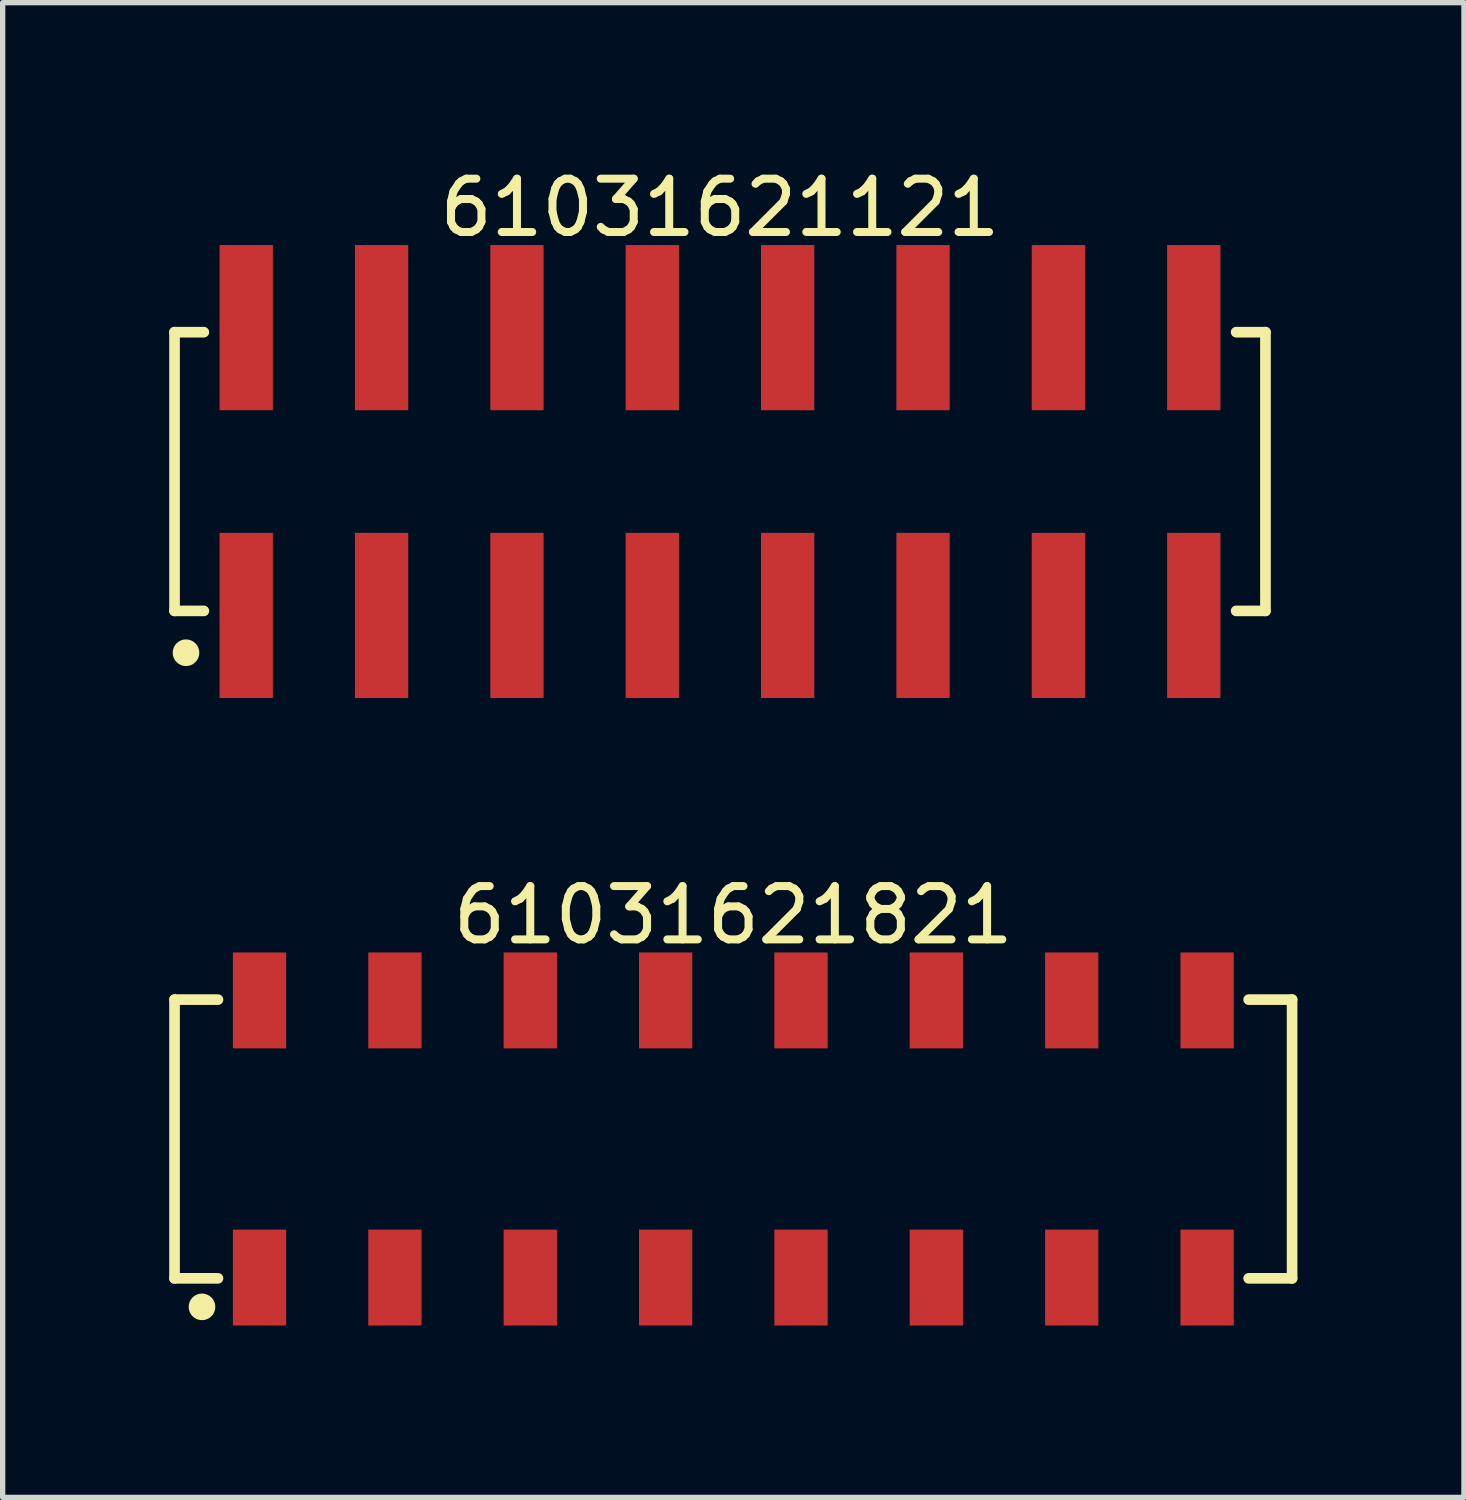
<source format=kicad_pcb>
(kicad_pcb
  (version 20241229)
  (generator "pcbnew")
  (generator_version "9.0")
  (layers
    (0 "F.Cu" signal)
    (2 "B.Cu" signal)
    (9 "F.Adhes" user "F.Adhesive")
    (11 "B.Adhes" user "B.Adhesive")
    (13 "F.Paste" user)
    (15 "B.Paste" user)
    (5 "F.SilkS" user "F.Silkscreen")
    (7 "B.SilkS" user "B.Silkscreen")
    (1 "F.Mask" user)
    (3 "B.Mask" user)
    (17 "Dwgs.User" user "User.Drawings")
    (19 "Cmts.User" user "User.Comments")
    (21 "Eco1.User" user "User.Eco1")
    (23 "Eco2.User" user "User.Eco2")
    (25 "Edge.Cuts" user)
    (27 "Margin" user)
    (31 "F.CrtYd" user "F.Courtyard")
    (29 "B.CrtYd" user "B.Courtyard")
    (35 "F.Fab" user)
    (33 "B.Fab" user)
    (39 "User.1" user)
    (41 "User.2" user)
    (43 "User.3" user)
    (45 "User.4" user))
  (footprint "61031621121"
    (layer "F.Cu")
    (at 10.46 5.798)
    (property "Reference" "61031621121" (at 0 -4.95 0) (layer "F.SilkS") (effects (font (size 1 1) (thickness 0.15))))
    (fp_line (start -10.235 -2.615) (end -9.685 -2.615) (stroke (width 0.2) (type solid)) (layer "F.SilkS"))
    (fp_line (start -10.235 2.615) (end -10.235 -2.615) (stroke (width 0.2) (type solid)) (layer "F.SilkS"))
    (fp_line (start -10.235 2.615) (end -9.685 2.615) (stroke (width 0.2) (type solid)) (layer "F.SilkS"))
    (fp_line (start 9.685 -2.615) (end 10.235 -2.615) (stroke (width 0.2) (type solid)) (layer "F.SilkS"))
    (fp_line (start 9.685 2.615) (end 10.235 2.615) (stroke (width 0.2) (type solid)) (layer "F.SilkS"))
    (fp_line (start 10.235 2.615) (end 10.235 -2.615) (stroke (width 0.2) (type solid)) (layer "F.SilkS"))
    (fp_circle (center -10.02 3.4) (end -10.02 3.275) (stroke (width 0.25) (type solid)) (fill no) (layer "F.SilkS"))
    (fp_line (start -10.435 -4.45) (end 10.435 -4.45) (stroke (width 0.05) (type solid)) (layer "Eco2.User"))
    (fp_line (start -10.435 4.45) (end -10.435 -4.45) (stroke (width 0.05) (type solid)) (layer "Eco2.User"))
    (fp_line (start -10.435 4.45) (end 10.435 4.45) (stroke (width 0.05) (type solid)) (layer "Eco2.User"))
    (fp_line (start -10.16 -2.54) (end 10.16 -2.54) (stroke (width 0.1) (type solid)) (layer "Eco2.User"))
    (fp_line (start -10.16 2.54) (end -10.16 -2.54) (stroke (width 0.1) (type solid)) (layer "Eco2.User"))
    (fp_line (start -10.16 2.54) (end 10.16 2.54) (stroke (width 0.1) (type solid)) (layer "Eco2.User"))
    (fp_line (start -9.21 -3.75) (end -8.57 -3.75) (stroke (width 0.1) (type solid)) (layer "Eco2.User"))
    (fp_line (start -9.21 -2.54) (end -9.21 -3.75) (stroke (width 0.1) (type solid)) (layer "Eco2.User"))
    (fp_line (start -9.21 3.75) (end -9.21 2.54) (stroke (width 0.1) (type solid)) (layer "Eco2.User"))
    (fp_line (start -9.21 3.75) (end -8.57 3.75) (stroke (width 0.1) (type solid)) (layer "Eco2.User"))
    (fp_line (start -8.57 -2.54) (end -8.57 -3.75) (stroke (width 0.1) (type solid)) (layer "Eco2.User"))
    (fp_line (start -8.57 3.75) (end -8.57 2.54) (stroke (width 0.1) (type solid)) (layer "Eco2.User"))
    (fp_line (start -6.67 -3.75) (end -6.03 -3.75) (stroke (width 0.1) (type solid)) (layer "Eco2.User"))
    (fp_line (start -6.67 -2.54) (end -6.67 -3.75) (stroke (width 0.1) (type solid)) (layer "Eco2.User"))
    (fp_line (start -6.67 3.75) (end -6.67 2.54) (stroke (width 0.1) (type solid)) (layer "Eco2.User"))
    (fp_line (start -6.67 3.75) (end -6.03 3.75) (stroke (width 0.1) (type solid)) (layer "Eco2.User"))
    (fp_line (start -6.03 -2.54) (end -6.03 -3.75) (stroke (width 0.1) (type solid)) (layer "Eco2.User"))
    (fp_line (start -6.03 3.75) (end -6.03 2.54) (stroke (width 0.1) (type solid)) (layer "Eco2.User"))
    (fp_line (start -4.13 -3.75) (end -3.49 -3.75) (stroke (width 0.1) (type solid)) (layer "Eco2.User"))
    (fp_line (start -4.13 -2.54) (end -4.13 -3.75) (stroke (width 0.1) (type solid)) (layer "Eco2.User"))
    (fp_line (start -4.13 3.75) (end -4.13 2.54) (stroke (width 0.1) (type solid)) (layer "Eco2.User"))
    (fp_line (start -4.13 3.75) (end -3.49 3.75) (stroke (width 0.1) (type solid)) (layer "Eco2.User"))
    (fp_line (start -3.49 -2.54) (end -3.49 -3.75) (stroke (width 0.1) (type solid)) (layer "Eco2.User"))
    (fp_line (start -3.49 3.75) (end -3.49 2.54) (stroke (width 0.1) (type solid)) (layer "Eco2.User"))
    (fp_line (start -1.59 -3.75) (end -0.95 -3.75) (stroke (width 0.1) (type solid)) (layer "Eco2.User"))
    (fp_line (start -1.59 -2.54) (end -1.59 -3.75) (stroke (width 0.1) (type solid)) (layer "Eco2.User"))
    (fp_line (start -1.59 3.75) (end -1.59 2.54) (stroke (width 0.1) (type solid)) (layer "Eco2.User"))
    (fp_line (start -1.59 3.75) (end -0.95 3.75) (stroke (width 0.1) (type solid)) (layer "Eco2.User"))
    (fp_line (start -0.95 -2.54) (end -0.95 -3.75) (stroke (width 0.1) (type solid)) (layer "Eco2.User"))
    (fp_line (start -0.95 3.75) (end -0.95 2.54) (stroke (width 0.1) (type solid)) (layer "Eco2.User"))
    (fp_line (start -0.5 0) (end 0.5 0) (stroke (width 0.05) (type solid)) (layer "Eco2.User"))
    (fp_line (start 0 0.5) (end 0 -0.5) (stroke (width 0.05) (type solid)) (layer "Eco2.User"))
    (fp_line (start 0.95 -3.75) (end 1.59 -3.75) (stroke (width 0.1) (type solid)) (layer "Eco2.User"))
    (fp_line (start 0.95 -2.54) (end 0.95 -3.75) (stroke (width 0.1) (type solid)) (layer "Eco2.User"))
    (fp_line (start 0.95 3.75) (end 0.95 2.54) (stroke (width 0.1) (type solid)) (layer "Eco2.User"))
    (fp_line (start 0.95 3.75) (end 1.59 3.75) (stroke (width 0.1) (type solid)) (layer "Eco2.User"))
    (fp_line (start 1.59 -2.54) (end 1.59 -3.75) (stroke (width 0.1) (type solid)) (layer "Eco2.User"))
    (fp_line (start 1.59 3.75) (end 1.59 2.54) (stroke (width 0.1) (type solid)) (layer "Eco2.User"))
    (fp_line (start 3.49 -3.75) (end 4.13 -3.75) (stroke (width 0.1) (type solid)) (layer "Eco2.User"))
    (fp_line (start 3.49 -2.54) (end 3.49 -3.75) (stroke (width 0.1) (type solid)) (layer "Eco2.User"))
    (fp_line (start 3.49 3.75) (end 3.49 2.54) (stroke (width 0.1) (type solid)) (layer "Eco2.User"))
    (fp_line (start 3.49 3.75) (end 4.13 3.75) (stroke (width 0.1) (type solid)) (layer "Eco2.User"))
    (fp_line (start 4.13 -2.54) (end 4.13 -3.75) (stroke (width 0.1) (type solid)) (layer "Eco2.User"))
    (fp_line (start 4.13 3.75) (end 4.13 2.54) (stroke (width 0.1) (type solid)) (layer "Eco2.User"))
    (fp_line (start 6.03 -3.75) (end 6.67 -3.75) (stroke (width 0.1) (type solid)) (layer "Eco2.User"))
    (fp_line (start 6.03 -2.54) (end 6.03 -3.75) (stroke (width 0.1) (type solid)) (layer "Eco2.User"))
    (fp_line (start 6.03 3.75) (end 6.03 2.54) (stroke (width 0.1) (type solid)) (layer "Eco2.User"))
    (fp_line (start 6.03 3.75) (end 6.67 3.75) (stroke (width 0.1) (type solid)) (layer "Eco2.User"))
    (fp_line (start 6.67 -2.54) (end 6.67 -3.75) (stroke (width 0.1) (type solid)) (layer "Eco2.User"))
    (fp_line (start 6.67 3.75) (end 6.67 2.54) (stroke (width 0.1) (type solid)) (layer "Eco2.User"))
    (fp_line (start 8.57 -3.75) (end 9.21 -3.75) (stroke (width 0.1) (type solid)) (layer "Eco2.User"))
    (fp_line (start 8.57 -2.54) (end 8.57 -3.75) (stroke (width 0.1) (type solid)) (layer "Eco2.User"))
    (fp_line (start 8.57 3.75) (end 8.57 2.54) (stroke (width 0.1) (type solid)) (layer "Eco2.User"))
    (fp_line (start 8.57 3.75) (end 9.21 3.75) (stroke (width 0.1) (type solid)) (layer "Eco2.User"))
    (fp_line (start 9.21 -2.54) (end 9.21 -3.75) (stroke (width 0.1) (type solid)) (layer "Eco2.User"))
    (fp_line (start 9.21 3.75) (end 9.21 2.54) (stroke (width 0.1) (type solid)) (layer "Eco2.User"))
    (fp_line (start 10.16 2.54) (end 10.16 -2.54) (stroke (width 0.1) (type solid)) (layer "Eco2.User"))
    (fp_line (start 10.435 4.45) (end 10.435 -4.45) (stroke (width 0.05) (type solid)) (layer "Eco2.User"))
    (fp_text user "${REFERENCE}" (at 0.15 -0.197 0) (unlocked yes) (layer "User.3") (effects (font (size 1.5 1.5) (thickness 0.15))))
    (pad "1" smd rect (at -8.89 2.7) (size 1 3.1) (layers "F.Cu" "F.Mask" "F.Paste"))
    (pad "2" smd rect (at -8.89 -2.7) (size 1 3.1) (layers "F.Cu" "F.Mask" "F.Paste"))
    (pad "3" smd rect (at -6.35 2.7) (size 1 3.1) (layers "F.Cu" "F.Mask" "F.Paste"))
    (pad "4" smd rect (at -6.35 -2.7) (size 1 3.1) (layers "F.Cu" "F.Mask" "F.Paste"))
    (pad "5" smd rect (at -3.81 2.7) (size 1 3.1) (layers "F.Cu" "F.Mask" "F.Paste"))
    (pad "6" smd rect (at -3.81 -2.7) (size 1 3.1) (layers "F.Cu" "F.Mask" "F.Paste"))
    (pad "7" smd rect (at -1.27 2.7) (size 1 3.1) (layers "F.Cu" "F.Mask" "F.Paste"))
    (pad "8" smd rect (at -1.27 -2.7) (size 1 3.1) (layers "F.Cu" "F.Mask" "F.Paste"))
    (pad "9" smd rect (at 1.27 2.7) (size 1 3.1) (layers "F.Cu" "F.Mask" "F.Paste"))
    (pad "10" smd rect (at 1.27 -2.7) (size 1 3.1) (layers "F.Cu" "F.Mask" "F.Paste"))
    (pad "11" smd rect (at 3.81 2.7) (size 1 3.1) (layers "F.Cu" "F.Mask" "F.Paste"))
    (pad "12" smd rect (at 3.81 -2.7) (size 1 3.1) (layers "F.Cu" "F.Mask" "F.Paste"))
    (pad "13" smd rect (at 6.35 2.7) (size 1 3.1) (layers "F.Cu" "F.Mask" "F.Paste"))
    (pad "14" smd rect (at 6.35 -2.7) (size 1 3.1) (layers "F.Cu" "F.Mask" "F.Paste"))
    (pad "15" smd rect (at 8.89 2.7) (size 1 3.1) (layers "F.Cu" "F.Mask" "F.Paste"))
    (pad "16" smd rect (at 8.89 -2.7) (size 1 3.1) (layers "F.Cu" "F.Mask" "F.Paste")))
  (footprint "61031621821"
    (layer "F.Cu")
    (at 10.71 18.322)
    (property "Reference" "61031621821" (at 0 -4.2 0) (layer "F.SilkS") (effects (font (size 1 1) (thickness 0.15))))
    (fp_line (start -10.485 -2.615) (end -9.67 -2.615) (stroke (width 0.2) (type solid)) (layer "F.SilkS"))
    (fp_line (start -10.485 2.615) (end -10.485 -2.615) (stroke (width 0.2) (type solid)) (layer "F.SilkS"))
    (fp_line (start -10.485 2.615) (end -9.67 2.615) (stroke (width 0.2) (type solid)) (layer "F.SilkS"))
    (fp_line (start 9.67 -2.615) (end 10.485 -2.615) (stroke (width 0.2) (type solid)) (layer "F.SilkS"))
    (fp_line (start 9.67 2.615) (end 10.485 2.615) (stroke (width 0.2) (type solid)) (layer "F.SilkS"))
    (fp_line (start 10.485 2.615) (end 10.485 -2.615) (stroke (width 0.2) (type solid)) (layer "F.SilkS"))
    (fp_circle (center -9.97 3.15) (end -9.97 3.025) (stroke (width 0.25) (type solid)) (fill no) (layer "F.SilkS"))
    (fp_line (start -10.685 -3.7) (end 10.685 -3.7) (stroke (width 0.05) (type solid)) (layer "Eco2.User"))
    (fp_line (start -10.685 3.7) (end -10.685 -3.7) (stroke (width 0.05) (type solid)) (layer "Eco2.User"))
    (fp_line (start -10.685 3.7) (end 10.685 3.7) (stroke (width 0.05) (type solid)) (layer "Eco2.User"))
    (fp_line (start -10.41 -2.54) (end 10.41 -2.54) (stroke (width 0.1) (type solid)) (layer "Eco2.User"))
    (fp_line (start -10.41 2.54) (end -10.41 -2.54) (stroke (width 0.1) (type solid)) (layer "Eco2.User"))
    (fp_line (start -10.41 2.54) (end 10.41 2.54) (stroke (width 0.1) (type solid)) (layer "Eco2.User"))
    (fp_line (start -9.21 -3.35) (end -8.57 -3.35) (stroke (width 0.1) (type solid)) (layer "Eco2.User"))
    (fp_line (start -9.21 -2.54) (end -9.21 -3.35) (stroke (width 0.1) (type solid)) (layer "Eco2.User"))
    (fp_line (start -9.21 3.35) (end -9.21 2.54) (stroke (width 0.1) (type solid)) (layer "Eco2.User"))
    (fp_line (start -9.21 3.35) (end -8.57 3.35) (stroke (width 0.1) (type solid)) (layer "Eco2.User"))
    (fp_line (start -8.57 -2.54) (end -8.57 -3.35) (stroke (width 0.1) (type solid)) (layer "Eco2.User"))
    (fp_line (start -8.57 3.35) (end -8.57 2.54) (stroke (width 0.1) (type solid)) (layer "Eco2.User"))
    (fp_line (start -6.67 -3.35) (end -6.03 -3.35) (stroke (width 0.1) (type solid)) (layer "Eco2.User"))
    (fp_line (start -6.67 -2.54) (end -6.67 -3.35) (stroke (width 0.1) (type solid)) (layer "Eco2.User"))
    (fp_line (start -6.67 3.35) (end -6.67 2.54) (stroke (width 0.1) (type solid)) (layer "Eco2.User"))
    (fp_line (start -6.67 3.35) (end -6.03 3.35) (stroke (width 0.1) (type solid)) (layer "Eco2.User"))
    (fp_line (start -6.03 -2.54) (end -6.03 -3.35) (stroke (width 0.1) (type solid)) (layer "Eco2.User"))
    (fp_line (start -6.03 3.35) (end -6.03 2.54) (stroke (width 0.1) (type solid)) (layer "Eco2.User"))
    (fp_line (start -4.13 -3.35) (end -3.49 -3.35) (stroke (width 0.1) (type solid)) (layer "Eco2.User"))
    (fp_line (start -4.13 -2.54) (end -4.13 -3.35) (stroke (width 0.1) (type solid)) (layer "Eco2.User"))
    (fp_line (start -4.13 3.35) (end -4.13 2.54) (stroke (width 0.1) (type solid)) (layer "Eco2.User"))
    (fp_line (start -4.13 3.35) (end -3.49 3.35) (stroke (width 0.1) (type solid)) (layer "Eco2.User"))
    (fp_line (start -3.49 -2.54) (end -3.49 -3.35) (stroke (width 0.1) (type solid)) (layer "Eco2.User"))
    (fp_line (start -3.49 3.35) (end -3.49 2.54) (stroke (width 0.1) (type solid)) (layer "Eco2.User"))
    (fp_line (start -1.59 -3.35) (end -0.95 -3.35) (stroke (width 0.1) (type solid)) (layer "Eco2.User"))
    (fp_line (start -1.59 -2.54) (end -1.59 -3.35) (stroke (width 0.1) (type solid)) (layer "Eco2.User"))
    (fp_line (start -1.59 3.35) (end -1.59 2.54) (stroke (width 0.1) (type solid)) (layer "Eco2.User"))
    (fp_line (start -1.59 3.35) (end -0.95 3.35) (stroke (width 0.1) (type solid)) (layer "Eco2.User"))
    (fp_line (start -0.95 -2.54) (end -0.95 -3.35) (stroke (width 0.1) (type solid)) (layer "Eco2.User"))
    (fp_line (start -0.95 3.35) (end -0.95 2.54) (stroke (width 0.1) (type solid)) (layer "Eco2.User"))
    (fp_line (start -0.5 0) (end 0.5 0) (stroke (width 0.05) (type solid)) (layer "Eco2.User"))
    (fp_line (start 0 0.5) (end 0 -0.5) (stroke (width 0.05) (type solid)) (layer "Eco2.User"))
    (fp_line (start 0.95 -3.35) (end 1.59 -3.35) (stroke (width 0.1) (type solid)) (layer "Eco2.User"))
    (fp_line (start 0.95 -2.54) (end 0.95 -3.35) (stroke (width 0.1) (type solid)) (layer "Eco2.User"))
    (fp_line (start 0.95 3.35) (end 0.95 2.54) (stroke (width 0.1) (type solid)) (layer "Eco2.User"))
    (fp_line (start 0.95 3.35) (end 1.59 3.35) (stroke (width 0.1) (type solid)) (layer "Eco2.User"))
    (fp_line (start 1.59 -2.54) (end 1.59 -3.35) (stroke (width 0.1) (type solid)) (layer "Eco2.User"))
    (fp_line (start 1.59 3.35) (end 1.59 2.54) (stroke (width 0.1) (type solid)) (layer "Eco2.User"))
    (fp_line (start 3.49 -3.35) (end 4.13 -3.35) (stroke (width 0.1) (type solid)) (layer "Eco2.User"))
    (fp_line (start 3.49 -2.54) (end 3.49 -3.35) (stroke (width 0.1) (type solid)) (layer "Eco2.User"))
    (fp_line (start 3.49 3.35) (end 3.49 2.54) (stroke (width 0.1) (type solid)) (layer "Eco2.User"))
    (fp_line (start 3.49 3.35) (end 4.13 3.35) (stroke (width 0.1) (type solid)) (layer "Eco2.User"))
    (fp_line (start 4.13 -2.54) (end 4.13 -3.35) (stroke (width 0.1) (type solid)) (layer "Eco2.User"))
    (fp_line (start 4.13 3.35) (end 4.13 2.54) (stroke (width 0.1) (type solid)) (layer "Eco2.User"))
    (fp_line (start 6.03 -3.35) (end 6.67 -3.35) (stroke (width 0.1) (type solid)) (layer "Eco2.User"))
    (fp_line (start 6.03 -2.54) (end 6.03 -3.35) (stroke (width 0.1) (type solid)) (layer "Eco2.User"))
    (fp_line (start 6.03 3.35) (end 6.03 2.54) (stroke (width 0.1) (type solid)) (layer "Eco2.User"))
    (fp_line (start 6.03 3.35) (end 6.67 3.35) (stroke (width 0.1) (type solid)) (layer "Eco2.User"))
    (fp_line (start 6.67 -2.54) (end 6.67 -3.35) (stroke (width 0.1) (type solid)) (layer "Eco2.User"))
    (fp_line (start 6.67 3.35) (end 6.67 2.54) (stroke (width 0.1) (type solid)) (layer "Eco2.User"))
    (fp_line (start 8.57 -3.35) (end 9.21 -3.35) (stroke (width 0.1) (type solid)) (layer "Eco2.User"))
    (fp_line (start 8.57 -2.54) (end 8.57 -3.35) (stroke (width 0.1) (type solid)) (layer "Eco2.User"))
    (fp_line (start 8.57 3.35) (end 8.57 2.54) (stroke (width 0.1) (type solid)) (layer "Eco2.User"))
    (fp_line (start 8.57 3.35) (end 9.21 3.35) (stroke (width 0.1) (type solid)) (layer "Eco2.User"))
    (fp_line (start 9.21 -2.54) (end 9.21 -3.35) (stroke (width 0.1) (type solid)) (layer "Eco2.User"))
    (fp_line (start 9.21 3.35) (end 9.21 2.54) (stroke (width 0.1) (type solid)) (layer "Eco2.User"))
    (fp_line (start 10.41 2.54) (end 10.41 -2.54) (stroke (width 0.1) (type solid)) (layer "Eco2.User"))
    (fp_line (start 10.685 3.7) (end 10.685 -3.7) (stroke (width 0.05) (type solid)) (layer "Eco2.User"))
    (fp_text user "${REFERENCE}" (at 0.15 -0.197 0) (unlocked yes) (layer "User.3") (effects (font (size 1.5 1.5) (thickness 0.15))))
    (pad "1" smd rect (at -8.89 2.6) (size 1 1.8) (layers "F.Cu" "F.Mask" "F.Paste"))
    (pad "2" smd rect (at -8.89 -2.6) (size 1 1.8) (layers "F.Cu" "F.Mask" "F.Paste"))
    (pad "3" smd rect (at -6.35 2.6) (size 1 1.8) (layers "F.Cu" "F.Mask" "F.Paste"))
    (pad "4" smd rect (at -6.35 -2.6) (size 1 1.8) (layers "F.Cu" "F.Mask" "F.Paste"))
    (pad "5" smd rect (at -3.81 2.6) (size 1 1.8) (layers "F.Cu" "F.Mask" "F.Paste"))
    (pad "6" smd rect (at -3.81 -2.6) (size 1 1.8) (layers "F.Cu" "F.Mask" "F.Paste"))
    (pad "7" smd rect (at -1.27 2.6) (size 1 1.8) (layers "F.Cu" "F.Mask" "F.Paste"))
    (pad "8" smd rect (at -1.27 -2.6) (size 1 1.8) (layers "F.Cu" "F.Mask" "F.Paste"))
    (pad "9" smd rect (at 1.27 2.6) (size 1 1.8) (layers "F.Cu" "F.Mask" "F.Paste"))
    (pad "10" smd rect (at 1.27 -2.6) (size 1 1.8) (layers "F.Cu" "F.Mask" "F.Paste"))
    (pad "11" smd rect (at 3.81 2.6) (size 1 1.8) (layers "F.Cu" "F.Mask" "F.Paste"))
    (pad "12" smd rect (at 3.81 -2.6) (size 1 1.8) (layers "F.Cu" "F.Mask" "F.Paste"))
    (pad "13" smd rect (at 6.35 2.6) (size 1 1.8) (layers "F.Cu" "F.Mask" "F.Paste"))
    (pad "14" smd rect (at 6.35 -2.6) (size 1 1.8) (layers "F.Cu" "F.Mask" "F.Paste"))
    (pad "15" smd rect (at 8.89 2.6) (size 1 1.8) (layers "F.Cu" "F.Mask" "F.Paste"))
    (pad "16" smd rect (at 8.89 -2.6) (size 1 1.8) (layers "F.Cu" "F.Mask" "F.Paste")))
  (gr_rect
    (start -3 -3)
    (end 24.42 25.047)
    (stroke (width 0.1) (type default))
    (fill no)
    (layer "Edge.Cuts")))
</source>
